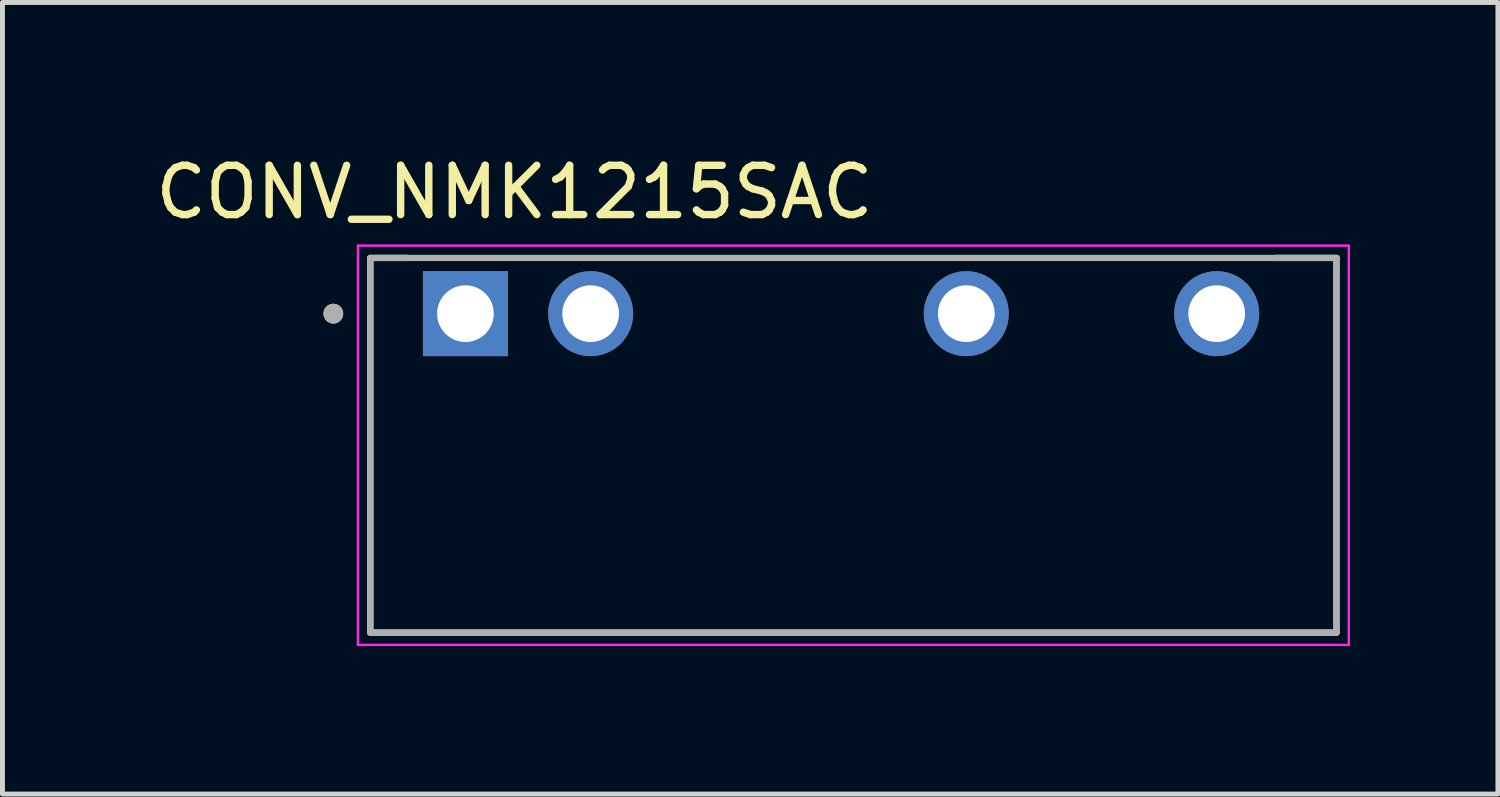
<source format=kicad_pcb>
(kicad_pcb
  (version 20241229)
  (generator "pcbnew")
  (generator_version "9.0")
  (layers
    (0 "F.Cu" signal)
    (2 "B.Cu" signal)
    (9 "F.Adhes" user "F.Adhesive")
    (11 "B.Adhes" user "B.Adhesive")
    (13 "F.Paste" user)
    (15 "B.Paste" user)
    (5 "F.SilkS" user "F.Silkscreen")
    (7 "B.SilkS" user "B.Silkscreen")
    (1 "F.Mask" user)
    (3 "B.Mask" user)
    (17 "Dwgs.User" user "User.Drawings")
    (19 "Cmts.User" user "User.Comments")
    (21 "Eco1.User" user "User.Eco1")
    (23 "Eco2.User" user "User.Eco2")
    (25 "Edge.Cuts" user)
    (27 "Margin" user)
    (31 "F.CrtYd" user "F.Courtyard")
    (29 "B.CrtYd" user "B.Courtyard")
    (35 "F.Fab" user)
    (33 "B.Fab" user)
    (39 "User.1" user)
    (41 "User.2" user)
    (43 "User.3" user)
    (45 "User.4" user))
  (footprint "CONV_NMK1215SAC"
    (layer "F.Cu")
    (at 14.262 5.983)
    (property "Reference" "CONV_NMK1215SAC" (at -6.875 -5.135 0) (layer "F.SilkS") (effects (font (size 1 1) (thickness 0.15))))
    (attr through_hole)
    (fp_line (start -9.8 -3.8) (end -9.8 3.8) (stroke (width 0.127) (type solid)) (layer "F.SilkS"))
    (fp_line (start -9.8 3.8) (end 9.8 3.8) (stroke (width 0.127) (type solid)) (layer "F.SilkS"))
    (fp_line (start -9.053 -3.8) (end -9.8 -3.8) (stroke (width 0.127) (type solid)) (layer "F.SilkS"))
    (fp_line (start 9.8 -3.8) (end 8.553 -3.8) (stroke (width 0.127) (type solid)) (layer "F.SilkS"))
    (fp_line (start 9.8 3.8) (end 9.8 -3.8) (stroke (width 0.127) (type solid)) (layer "F.SilkS"))
    (fp_circle (center -10.55 -2.67) (end -10.45 -2.67) (stroke (width 0.2) (type solid)) (fill no) (layer "F.SilkS"))
    (fp_line (start -10.05 -4.05) (end -10.05 4.05) (stroke (width 0.05) (type solid)) (layer "F.CrtYd"))
    (fp_line (start -10.05 4.05) (end 10.05 4.05) (stroke (width 0.05) (type solid)) (layer "F.CrtYd"))
    (fp_line (start 10.05 -4.05) (end -10.05 -4.05) (stroke (width 0.05) (type solid)) (layer "F.CrtYd"))
    (fp_line (start 10.05 4.05) (end 10.05 -4.05) (stroke (width 0.05) (type solid)) (layer "F.CrtYd"))
    (fp_line (start -9.8 -3.8) (end -9.8 3.8) (stroke (width 0.127) (type solid)) (layer "F.Fab"))
    (fp_line (start -9.8 3.8) (end 9.8 3.8) (stroke (width 0.127) (type solid)) (layer "F.Fab"))
    (fp_line (start 9.8 -3.8) (end -9.8 -3.8) (stroke (width 0.127) (type solid)) (layer "F.Fab"))
    (fp_line (start 9.8 3.8) (end 9.8 -3.8) (stroke (width 0.127) (type solid)) (layer "F.Fab"))
    (fp_circle (center -10.55 -2.67) (end -10.45 -2.67) (stroke (width 0.2) (type solid)) (fill no) (layer "F.Fab"))
    (pad "1" thru_hole rect (at -7.87 -2.67) (size 1.725 1.725) (drill 1.15) (layers "*.Cu" "*.Mask"))
    (pad "2" thru_hole circle (at -5.33 -2.67) (size 1.725 1.725) (drill 1.15) (layers "*.Cu" "*.Mask"))
    (pad "5" thru_hole circle (at 2.29 -2.67) (size 1.725 1.725) (drill 1.15) (layers "*.Cu" "*.Mask"))
    (pad "7" thru_hole circle (at 7.37 -2.67) (size 1.725 1.725) (drill 1.15) (layers "*.Cu" "*.Mask")))
  (gr_rect
    (start -3 -3)
    (end 27.337 13.058)
    (stroke (width 0.1) (type default))
    (fill no)
    (layer "Edge.Cuts")))
</source>
